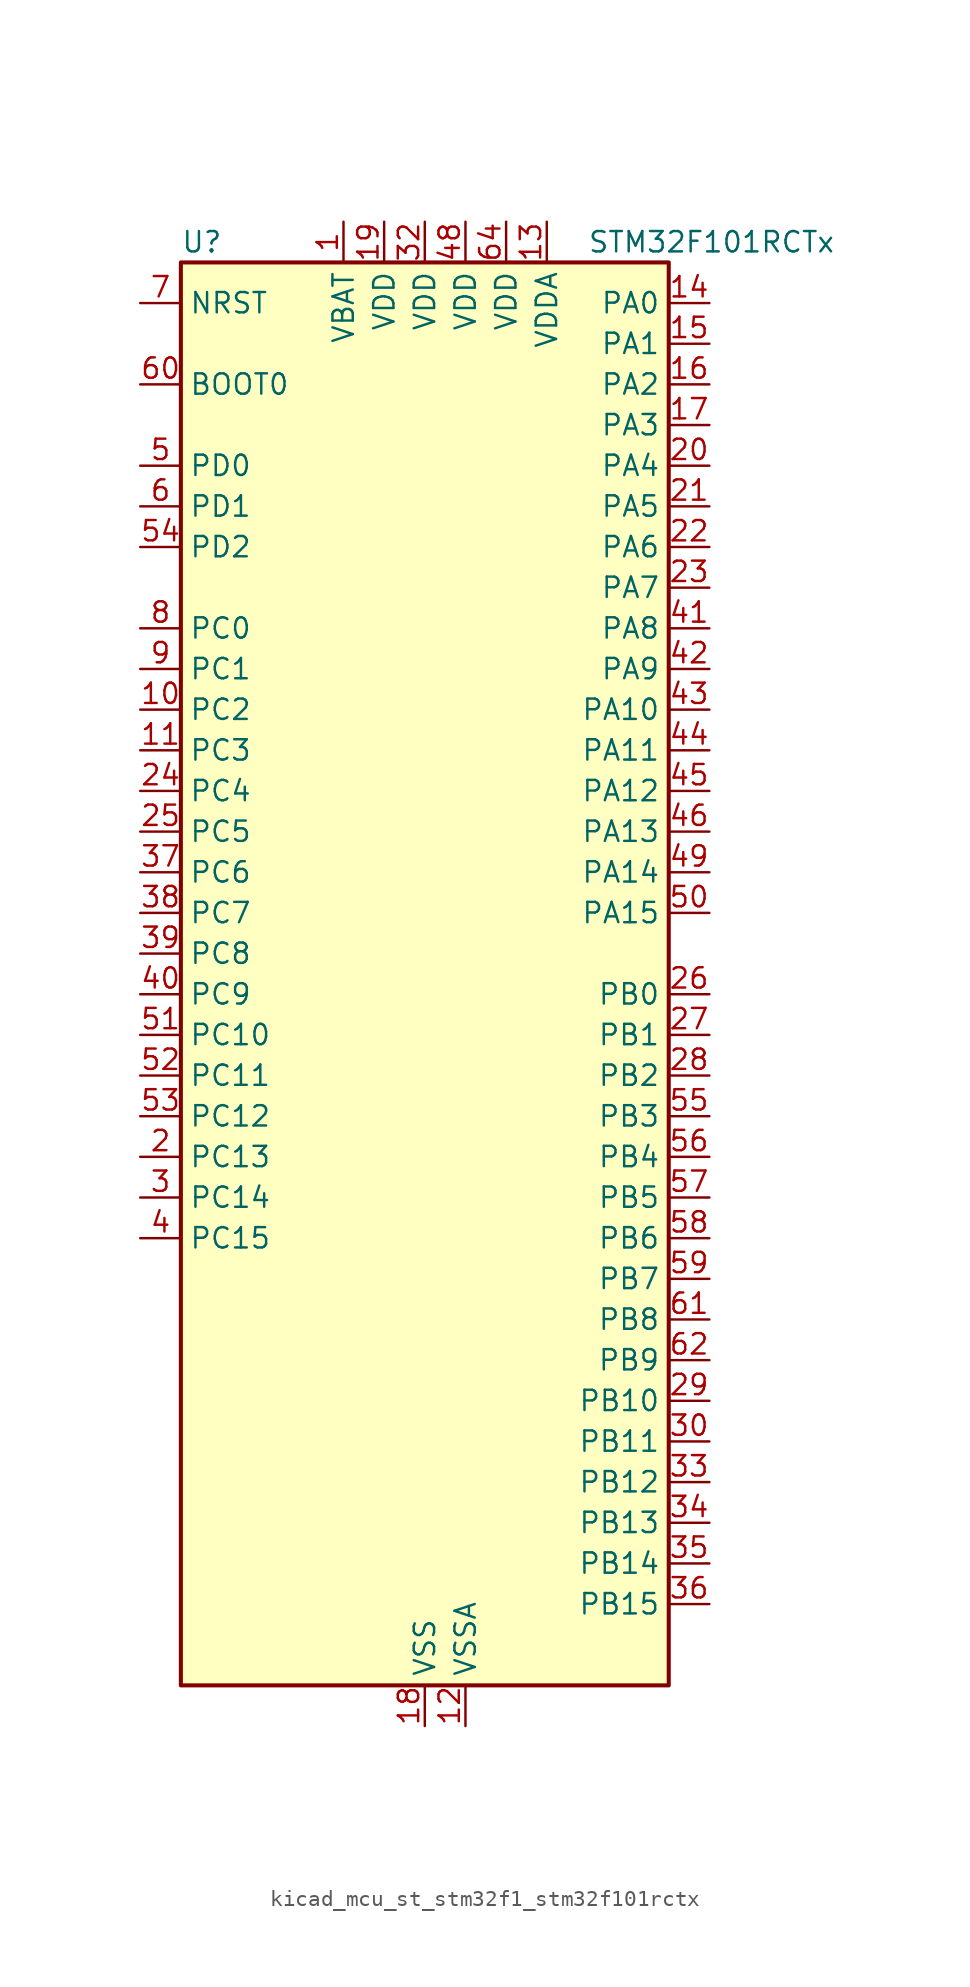
<source format=kicad_sym>
(kicad_symbol_lib
  (version 20220914)
  (generator kicad_symbol_editor)
  (symbol "kicad_mcu_st_stm32f1_stm32f101rctx"
    (property "Reference" "U"
      (at -15.24 46.99 0)
      (effects (font (size 1.27 1.27)) (justify left)))
    (property "Value" "STM32F101RCTx"
      (at 10.16 46.99 0)
      (effects (font (size 1.27 1.27)) (justify left)))
    (property "ki_locked" ""
      (at 0 0 0)
      (effects (font (size 1.27 1.27))))
    (symbol "kicad_mcu_st_stm32f1_stm32f101rctx_0_1"
      (rectangle (start -15.24 -43.18) (end 15.24 45.72) (stroke (width 0.254) (type default)) (fill (type background))))
    (symbol "kicad_mcu_st_stm32f1_stm32f101rctx_1_1"
      (pin power_in line (at -5.08 48.26 270) (length 2.54) (name "VBAT" (effects (font (size 1.27 1.27)))) (number "1" (effects (font (size 1.27 1.27)))))
      (pin bidirectional line (at -17.78 17.78 0) (length 2.54) (name "PC2" (effects (font (size 1.27 1.27)))) (number "10" (effects (font (size 1.27 1.27)))) (alternate "ADC1_IN12" bidirectional line))
      (pin bidirectional line (at -17.78 15.24 0) (length 2.54) (name "PC3" (effects (font (size 1.27 1.27)))) (number "11" (effects (font (size 1.27 1.27)))) (alternate "ADC1_IN13" bidirectional line))
      (pin power_in line (at 2.54 -45.72 90) (length 2.54) (name "VSSA" (effects (font (size 1.27 1.27)))) (number "12" (effects (font (size 1.27 1.27)))))
      (pin power_in line (at 7.62 48.26 270) (length 2.54) (name "VDDA" (effects (font (size 1.27 1.27)))) (number "13" (effects (font (size 1.27 1.27)))))
      (pin bidirectional line (at 17.78 43.18 180) (length 2.54) (name "PA0" (effects (font (size 1.27 1.27)))) (number "14" (effects (font (size 1.27 1.27)))) (alternate "ADC1_IN0" bidirectional line) (alternate "SYS_WKUP" bidirectional line) (alternate "TIM2_CH1" bidirectional line) (alternate "TIM2_ETR" bidirectional line) (alternate "TIM5_CH1" bidirectional line) (alternate "USART2_CTS" bidirectional line))
      (pin bidirectional line (at 17.78 40.64 180) (length 2.54) (name "PA1" (effects (font (size 1.27 1.27)))) (number "15" (effects (font (size 1.27 1.27)))) (alternate "ADC1_IN1" bidirectional line) (alternate "TIM2_CH2" bidirectional line) (alternate "TIM5_CH2" bidirectional line) (alternate "USART2_RTS" bidirectional line))
      (pin bidirectional line (at 17.78 38.1 180) (length 2.54) (name "PA2" (effects (font (size 1.27 1.27)))) (number "16" (effects (font (size 1.27 1.27)))) (alternate "ADC1_IN2" bidirectional line) (alternate "TIM2_CH3" bidirectional line) (alternate "TIM5_CH3" bidirectional line) (alternate "USART2_TX" bidirectional line))
      (pin bidirectional line (at 17.78 35.56 180) (length 2.54) (name "PA3" (effects (font (size 1.27 1.27)))) (number "17" (effects (font (size 1.27 1.27)))) (alternate "ADC1_IN3" bidirectional line) (alternate "TIM2_CH4" bidirectional line) (alternate "TIM5_CH4" bidirectional line) (alternate "USART2_RX" bidirectional line))
      (pin power_in line (at 0 -45.72 90) (length 2.54) (name "VSS" (effects (font (size 1.27 1.27)))) (number "18" (effects (font (size 1.27 1.27)))))
      (pin power_in line (at -2.54 48.26 270) (length 2.54) (name "VDD" (effects (font (size 1.27 1.27)))) (number "19" (effects (font (size 1.27 1.27)))))
      (pin bidirectional line (at -17.78 -10.16 0) (length 2.54) (name "PC13" (effects (font (size 1.27 1.27)))) (number "2" (effects (font (size 1.27 1.27)))) (alternate "RTC_OUT" bidirectional line) (alternate "RTC_TAMPER" bidirectional line))
      (pin bidirectional line (at 17.78 33.02 180) (length 2.54) (name "PA4" (effects (font (size 1.27 1.27)))) (number "20" (effects (font (size 1.27 1.27)))) (alternate "ADC1_IN4" bidirectional line) (alternate "DAC_OUT1" bidirectional line) (alternate "SPI1_NSS" bidirectional line) (alternate "USART2_CK" bidirectional line))
      (pin bidirectional line (at 17.78 30.48 180) (length 2.54) (name "PA5" (effects (font (size 1.27 1.27)))) (number "21" (effects (font (size 1.27 1.27)))) (alternate "ADC1_IN5" bidirectional line) (alternate "DAC_OUT2" bidirectional line) (alternate "SPI1_SCK" bidirectional line))
      (pin bidirectional line (at 17.78 27.94 180) (length 2.54) (name "PA6" (effects (font (size 1.27 1.27)))) (number "22" (effects (font (size 1.27 1.27)))) (alternate "ADC1_IN6" bidirectional line) (alternate "SPI1_MISO" bidirectional line) (alternate "TIM3_CH1" bidirectional line))
      (pin bidirectional line (at 17.78 25.4 180) (length 2.54) (name "PA7" (effects (font (size 1.27 1.27)))) (number "23" (effects (font (size 1.27 1.27)))) (alternate "ADC1_IN7" bidirectional line) (alternate "SPI1_MOSI" bidirectional line) (alternate "TIM3_CH2" bidirectional line))
      (pin bidirectional line (at -17.78 12.7 0) (length 2.54) (name "PC4" (effects (font (size 1.27 1.27)))) (number "24" (effects (font (size 1.27 1.27)))) (alternate "ADC1_IN14" bidirectional line))
      (pin bidirectional line (at -17.78 10.16 0) (length 2.54) (name "PC5" (effects (font (size 1.27 1.27)))) (number "25" (effects (font (size 1.27 1.27)))) (alternate "ADC1_IN15" bidirectional line))
      (pin bidirectional line (at 17.78 0 180) (length 2.54) (name "PB0" (effects (font (size 1.27 1.27)))) (number "26" (effects (font (size 1.27 1.27)))) (alternate "ADC1_IN8" bidirectional line) (alternate "TIM3_CH3" bidirectional line))
      (pin bidirectional line (at 17.78 -2.54 180) (length 2.54) (name "PB1" (effects (font (size 1.27 1.27)))) (number "27" (effects (font (size 1.27 1.27)))) (alternate "ADC1_IN9" bidirectional line) (alternate "TIM3_CH4" bidirectional line))
      (pin bidirectional line (at 17.78 -5.08 180) (length 2.54) (name "PB2" (effects (font (size 1.27 1.27)))) (number "28" (effects (font (size 1.27 1.27)))))
      (pin bidirectional line (at 17.78 -25.4 180) (length 2.54) (name "PB10" (effects (font (size 1.27 1.27)))) (number "29" (effects (font (size 1.27 1.27)))) (alternate "I2C2_SCL" bidirectional line) (alternate "TIM2_CH3" bidirectional line) (alternate "USART3_TX" bidirectional line))
      (pin bidirectional line (at -17.78 -12.7 0) (length 2.54) (name "PC14" (effects (font (size 1.27 1.27)))) (number "3" (effects (font (size 1.27 1.27)))) (alternate "RCC_OSC32_IN" bidirectional line))
      (pin bidirectional line (at 17.78 -27.94 180) (length 2.54) (name "PB11" (effects (font (size 1.27 1.27)))) (number "30" (effects (font (size 1.27 1.27)))) (alternate "ADC1_EXTI11" bidirectional line) (alternate "I2C2_SDA" bidirectional line) (alternate "TIM2_CH4" bidirectional line) (alternate "USART3_RX" bidirectional line))
      (pin passive line (at 0 -45.72 90) (length 2.54) hide (name "VSS" (effects (font (size 1.27 1.27)))) (number "31" (effects (font (size 1.27 1.27)))))
      (pin power_in line (at 0 48.26 270) (length 2.54) (name "VDD" (effects (font (size 1.27 1.27)))) (number "32" (effects (font (size 1.27 1.27)))))
      (pin bidirectional line (at 17.78 -30.48 180) (length 2.54) (name "PB12" (effects (font (size 1.27 1.27)))) (number "33" (effects (font (size 1.27 1.27)))) (alternate "I2C2_SMBA" bidirectional line) (alternate "SPI2_NSS" bidirectional line) (alternate "USART3_CK" bidirectional line))
      (pin bidirectional line (at 17.78 -33.02 180) (length 2.54) (name "PB13" (effects (font (size 1.27 1.27)))) (number "34" (effects (font (size 1.27 1.27)))) (alternate "SPI2_SCK" bidirectional line) (alternate "USART3_CTS" bidirectional line))
      (pin bidirectional line (at 17.78 -35.56 180) (length 2.54) (name "PB14" (effects (font (size 1.27 1.27)))) (number "35" (effects (font (size 1.27 1.27)))) (alternate "SPI2_MISO" bidirectional line) (alternate "USART3_RTS" bidirectional line))
      (pin bidirectional line (at 17.78 -38.1 180) (length 2.54) (name "PB15" (effects (font (size 1.27 1.27)))) (number "36" (effects (font (size 1.27 1.27)))) (alternate "ADC1_EXTI15" bidirectional line) (alternate "SPI2_MOSI" bidirectional line))
      (pin bidirectional line (at -17.78 7.62 0) (length 2.54) (name "PC6" (effects (font (size 1.27 1.27)))) (number "37" (effects (font (size 1.27 1.27)))) (alternate "TIM3_CH1" bidirectional line))
      (pin bidirectional line (at -17.78 5.08 0) (length 2.54) (name "PC7" (effects (font (size 1.27 1.27)))) (number "38" (effects (font (size 1.27 1.27)))) (alternate "TIM3_CH2" bidirectional line))
      (pin bidirectional line (at -17.78 2.54 0) (length 2.54) (name "PC8" (effects (font (size 1.27 1.27)))) (number "39" (effects (font (size 1.27 1.27)))) (alternate "TIM3_CH3" bidirectional line))
      (pin bidirectional line (at -17.78 -15.24 0) (length 2.54) (name "PC15" (effects (font (size 1.27 1.27)))) (number "4" (effects (font (size 1.27 1.27)))) (alternate "ADC1_EXTI15" bidirectional line) (alternate "RCC_OSC32_OUT" bidirectional line))
      (pin bidirectional line (at -17.78 0 0) (length 2.54) (name "PC9" (effects (font (size 1.27 1.27)))) (number "40" (effects (font (size 1.27 1.27)))) (alternate "DAC_EXTI9" bidirectional line) (alternate "TIM3_CH4" bidirectional line))
      (pin bidirectional line (at 17.78 22.86 180) (length 2.54) (name "PA8" (effects (font (size 1.27 1.27)))) (number "41" (effects (font (size 1.27 1.27)))) (alternate "RCC_MCO" bidirectional line) (alternate "USART1_CK" bidirectional line))
      (pin bidirectional line (at 17.78 20.32 180) (length 2.54) (name "PA9" (effects (font (size 1.27 1.27)))) (number "42" (effects (font (size 1.27 1.27)))) (alternate "DAC_EXTI9" bidirectional line) (alternate "USART1_TX" bidirectional line))
      (pin bidirectional line (at 17.78 17.78 180) (length 2.54) (name "PA10" (effects (font (size 1.27 1.27)))) (number "43" (effects (font (size 1.27 1.27)))) (alternate "USART1_RX" bidirectional line))
      (pin bidirectional line (at 17.78 15.24 180) (length 2.54) (name "PA11" (effects (font (size 1.27 1.27)))) (number "44" (effects (font (size 1.27 1.27)))) (alternate "ADC1_EXTI11" bidirectional line) (alternate "USART1_CTS" bidirectional line))
      (pin bidirectional line (at 17.78 12.7 180) (length 2.54) (name "PA12" (effects (font (size 1.27 1.27)))) (number "45" (effects (font (size 1.27 1.27)))) (alternate "USART1_RTS" bidirectional line))
      (pin bidirectional line (at 17.78 10.16 180) (length 2.54) (name "PA13" (effects (font (size 1.27 1.27)))) (number "46" (effects (font (size 1.27 1.27)))) (alternate "SYS_JTMS-SWDIO" bidirectional line))
      (pin passive line (at 0 -45.72 90) (length 2.54) hide (name "VSS" (effects (font (size 1.27 1.27)))) (number "47" (effects (font (size 1.27 1.27)))))
      (pin power_in line (at 2.54 48.26 270) (length 2.54) (name "VDD" (effects (font (size 1.27 1.27)))) (number "48" (effects (font (size 1.27 1.27)))))
      (pin bidirectional line (at 17.78 7.62 180) (length 2.54) (name "PA14" (effects (font (size 1.27 1.27)))) (number "49" (effects (font (size 1.27 1.27)))) (alternate "SYS_JTCK-SWCLK" bidirectional line))
      (pin bidirectional line (at -17.78 33.02 0) (length 2.54) (name "PD0" (effects (font (size 1.27 1.27)))) (number "5" (effects (font (size 1.27 1.27)))) (alternate "RCC_OSC_IN" bidirectional line))
      (pin bidirectional line (at 17.78 5.08 180) (length 2.54) (name "PA15" (effects (font (size 1.27 1.27)))) (number "50" (effects (font (size 1.27 1.27)))) (alternate "ADC1_EXTI15" bidirectional line) (alternate "SPI1_NSS" bidirectional line) (alternate "SPI3_NSS" bidirectional line) (alternate "SYS_JTDI" bidirectional line) (alternate "TIM2_CH1" bidirectional line) (alternate "TIM2_ETR" bidirectional line))
      (pin bidirectional line (at -17.78 -2.54 0) (length 2.54) (name "PC10" (effects (font (size 1.27 1.27)))) (number "51" (effects (font (size 1.27 1.27)))) (alternate "UART4_TX" bidirectional line) (alternate "USART3_TX" bidirectional line))
      (pin bidirectional line (at -17.78 -5.08 0) (length 2.54) (name "PC11" (effects (font (size 1.27 1.27)))) (number "52" (effects (font (size 1.27 1.27)))) (alternate "ADC1_EXTI11" bidirectional line) (alternate "UART4_RX" bidirectional line) (alternate "USART3_RX" bidirectional line))
      (pin bidirectional line (at -17.78 -7.62 0) (length 2.54) (name "PC12" (effects (font (size 1.27 1.27)))) (number "53" (effects (font (size 1.27 1.27)))) (alternate "UART5_TX" bidirectional line) (alternate "USART3_CK" bidirectional line))
      (pin bidirectional line (at -17.78 27.94 0) (length 2.54) (name "PD2" (effects (font (size 1.27 1.27)))) (number "54" (effects (font (size 1.27 1.27)))) (alternate "TIM3_ETR" bidirectional line) (alternate "UART5_RX" bidirectional line))
      (pin bidirectional line (at 17.78 -7.62 180) (length 2.54) (name "PB3" (effects (font (size 1.27 1.27)))) (number "55" (effects (font (size 1.27 1.27)))) (alternate "SPI1_SCK" bidirectional line) (alternate "SPI3_SCK" bidirectional line) (alternate "SYS_JTDO-TRACESWO" bidirectional line) (alternate "TIM2_CH2" bidirectional line))
      (pin bidirectional line (at 17.78 -10.16 180) (length 2.54) (name "PB4" (effects (font (size 1.27 1.27)))) (number "56" (effects (font (size 1.27 1.27)))) (alternate "SPI1_MISO" bidirectional line) (alternate "SPI3_MISO" bidirectional line) (alternate "SYS_NJTRST" bidirectional line) (alternate "TIM3_CH1" bidirectional line))
      (pin bidirectional line (at 17.78 -12.7 180) (length 2.54) (name "PB5" (effects (font (size 1.27 1.27)))) (number "57" (effects (font (size 1.27 1.27)))) (alternate "I2C1_SMBA" bidirectional line) (alternate "SPI1_MOSI" bidirectional line) (alternate "SPI3_MOSI" bidirectional line) (alternate "TIM3_CH2" bidirectional line))
      (pin bidirectional line (at 17.78 -15.24 180) (length 2.54) (name "PB6" (effects (font (size 1.27 1.27)))) (number "58" (effects (font (size 1.27 1.27)))) (alternate "I2C1_SCL" bidirectional line) (alternate "TIM4_CH1" bidirectional line) (alternate "USART1_TX" bidirectional line))
      (pin bidirectional line (at 17.78 -17.78 180) (length 2.54) (name "PB7" (effects (font (size 1.27 1.27)))) (number "59" (effects (font (size 1.27 1.27)))) (alternate "I2C1_SDA" bidirectional line) (alternate "TIM4_CH2" bidirectional line) (alternate "USART1_RX" bidirectional line))
      (pin bidirectional line (at -17.78 30.48 0) (length 2.54) (name "PD1" (effects (font (size 1.27 1.27)))) (number "6" (effects (font (size 1.27 1.27)))) (alternate "RCC_OSC_OUT" bidirectional line))
      (pin input line (at -17.78 38.1 0) (length 2.54) (name "BOOT0" (effects (font (size 1.27 1.27)))) (number "60" (effects (font (size 1.27 1.27)))))
      (pin bidirectional line (at 17.78 -20.32 180) (length 2.54) (name "PB8" (effects (font (size 1.27 1.27)))) (number "61" (effects (font (size 1.27 1.27)))) (alternate "I2C1_SCL" bidirectional line) (alternate "TIM4_CH3" bidirectional line))
      (pin bidirectional line (at 17.78 -22.86 180) (length 2.54) (name "PB9" (effects (font (size 1.27 1.27)))) (number "62" (effects (font (size 1.27 1.27)))) (alternate "DAC_EXTI9" bidirectional line) (alternate "I2C1_SDA" bidirectional line) (alternate "TIM4_CH4" bidirectional line))
      (pin passive line (at 0 -45.72 90) (length 2.54) hide (name "VSS" (effects (font (size 1.27 1.27)))) (number "63" (effects (font (size 1.27 1.27)))))
      (pin power_in line (at 5.08 48.26 270) (length 2.54) (name "VDD" (effects (font (size 1.27 1.27)))) (number "64" (effects (font (size 1.27 1.27)))))
      (pin input line (at -17.78 43.18 0) (length 2.54) (name "NRST" (effects (font (size 1.27 1.27)))) (number "7" (effects (font (size 1.27 1.27)))))
      (pin bidirectional line (at -17.78 22.86 0) (length 2.54) (name "PC0" (effects (font (size 1.27 1.27)))) (number "8" (effects (font (size 1.27 1.27)))) (alternate "ADC1_IN10" bidirectional line))
      (pin bidirectional line (at -17.78 20.32 0) (length 2.54) (name "PC1" (effects (font (size 1.27 1.27)))) (number "9" (effects (font (size 1.27 1.27)))) (alternate "ADC1_IN11" bidirectional line)))))
</source>
